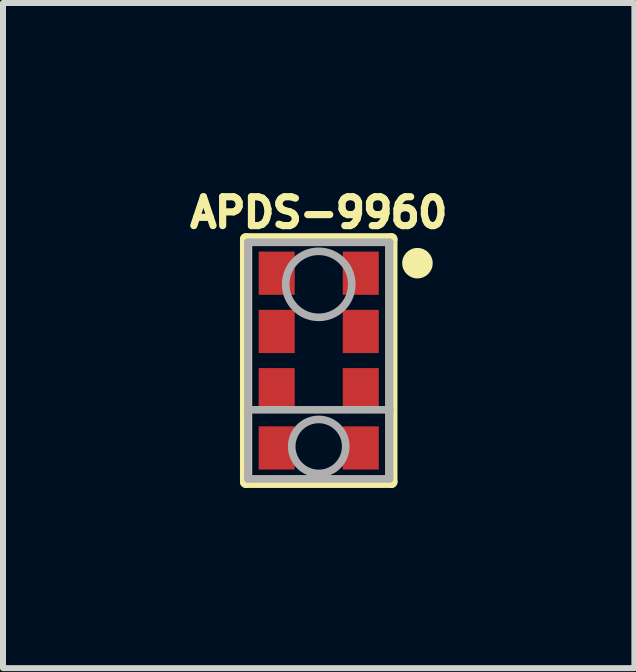
<source format=kicad_pcb>
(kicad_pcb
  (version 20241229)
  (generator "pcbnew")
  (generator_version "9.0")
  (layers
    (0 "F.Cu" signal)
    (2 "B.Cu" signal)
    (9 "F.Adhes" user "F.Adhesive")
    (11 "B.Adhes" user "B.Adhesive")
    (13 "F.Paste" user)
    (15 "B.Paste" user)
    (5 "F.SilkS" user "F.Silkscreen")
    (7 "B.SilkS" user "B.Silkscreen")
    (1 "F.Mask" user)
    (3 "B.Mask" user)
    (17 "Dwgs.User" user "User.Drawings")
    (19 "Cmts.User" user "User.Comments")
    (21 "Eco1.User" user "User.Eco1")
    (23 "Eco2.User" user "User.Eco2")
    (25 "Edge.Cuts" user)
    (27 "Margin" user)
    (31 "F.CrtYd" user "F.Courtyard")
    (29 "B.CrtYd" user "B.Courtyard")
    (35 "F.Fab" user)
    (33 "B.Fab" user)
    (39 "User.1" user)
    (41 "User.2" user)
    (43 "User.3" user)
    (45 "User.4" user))
  (footprint "APDS-9960"
    (layer "F.Cu")
    (at 2.258 2.955)
    (property "Reference" "APDS-9960" (at 0 -2.464 0) (layer "F.SilkS") (effects (font (size 0.48 0.48) (thickness 0.15))))
    (attr smd)
    (fp_line (start -1.21 -2.02) (end -1.21 2.02) (stroke (width 0.203) (type solid)) (layer "F.SilkS"))
    (fp_line (start -1.21 -2.02) (end 1.21 -2.02) (stroke (width 0.203) (type solid)) (layer "F.SilkS"))
    (fp_line (start -1.21 2.02) (end 1.21 2.02) (stroke (width 0.203) (type solid)) (layer "F.SilkS"))
    (fp_line (start 1.21 -2.02) (end 1.21 2.02) (stroke (width 0.203) (type solid)) (layer "F.SilkS"))
    (fp_circle (center 1.644 -1.622) (end 1.898 -1.622) (stroke (width 0) (type solid)) (fill yes) (layer "F.SilkS"))
    (fp_line (start -1.18 -1.97) (end -1.18 0.82) (stroke (width 0.127) (type solid)) (layer "F.Fab"))
    (fp_line (start -1.18 -1.97) (end 1.18 -1.97) (stroke (width 0.127) (type solid)) (layer "F.Fab"))
    (fp_line (start -1.18 0.82) (end -1.18 1.97) (stroke (width 0.127) (type solid)) (layer "F.Fab"))
    (fp_line (start -1.18 0.82) (end 1.18 0.82) (stroke (width 0.127) (type solid)) (layer "F.Fab"))
    (fp_line (start -1.18 1.97) (end 1.18 1.97) (stroke (width 0.127) (type solid)) (layer "F.Fab"))
    (fp_line (start 1.18 -1.97) (end 1.18 0.82) (stroke (width 0.127) (type solid)) (layer "F.Fab"))
    (fp_line (start 1.18 0.82) (end 1.18 1.97) (stroke (width 0.127) (type solid)) (layer "F.Fab"))
    (fp_circle (center 0 -1.27) (end 0.55 -1.27) (stroke (width 0.127) (type solid)) (fill no) (layer "F.Fab"))
    (fp_circle (center 0 1.43) (end 0.45 1.43) (stroke (width 0.127) (type solid)) (fill no) (layer "F.Fab"))
    (pad "1" smd rect (at 0.7 -1.455) (size 0.6 0.72) (layers "F.Cu" "F.Mask" "F.Paste"))
    (pad "2" smd rect (at 0.7 -0.485) (size 0.6 0.72) (layers "F.Cu" "F.Mask" "F.Paste"))
    (pad "3" smd rect (at 0.7 0.485) (size 0.6 0.72) (layers "F.Cu" "F.Mask" "F.Paste"))
    (pad "4" smd rect (at 0.7 1.455) (size 0.6 0.72) (layers "F.Cu" "F.Mask" "F.Paste"))
    (pad "5" smd rect (at -0.7 1.455) (size 0.6 0.72) (layers "F.Cu" "F.Mask" "F.Paste"))
    (pad "6" smd rect (at -0.7 0.485) (size 0.6 0.72) (layers "F.Cu" "F.Mask" "F.Paste"))
    (pad "7" smd rect (at -0.7 -0.485) (size 0.6 0.72) (layers "F.Cu" "F.Mask" "F.Paste"))
    (pad "8" smd rect (at -0.7 -1.455) (size 0.6 0.72) (layers "F.Cu" "F.Mask" "F.Paste")))
  (gr_rect
    (start -3 -3)
    (end 7.515 8.077)
    (stroke (width 0.1) (type default))
    (fill no)
    (layer "Edge.Cuts")))
</source>
